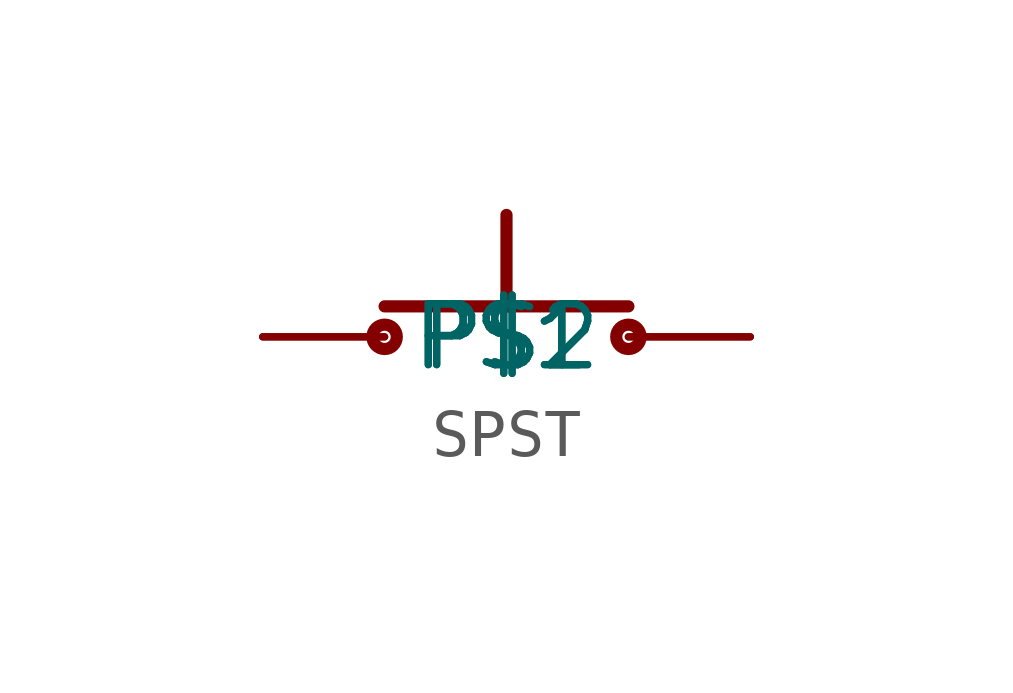
<source format=kicad_sym>
(kicad_symbol_lib
  (version 20220914)
  (generator kicad_symbol_editor)
  (symbol "SPST"
    (property "Reference" ""
      (at 0 0 0)
      (effects (font (size 1.27 1.27)) hide))
    (property "ki_locked" ""
      (at 0 0 0)
      (effects (font (size 1.27 1.27))))
    (symbol "SPST_1_0"
      (circle (center -2.54 0) (radius 0.254) (stroke (width 0.254) (type solid)) (fill (type none)))
      (polyline (pts (xy -2.54 0.635) (xy 0 0.635)) (stroke (width 0.254) (type solid)) (fill (type none)))
      (polyline (pts (xy 0 0.635) (xy 2.54 0.635)) (stroke (width 0.254) (type solid)) (fill (type none)))
      (polyline (pts (xy 0 2.54) (xy 0 0.635)) (stroke (width 0.254) (type solid)) (fill (type none)))
      (circle (center 2.54 0) (radius 0.254) (stroke (width 0.254) (type solid)) (fill (type none)))
      (pin bidirectional line (at -5.08 0 0) (length 2.54) (name "P$1" (effects (font (size 1.27 1.27)))) (number "1" (effects (font (size 0 0)))))
      (pin bidirectional line (at 5.08 0 180) (length 2.54) (name "P$2" (effects (font (size 1.27 1.27)))) (number "2" (effects (font (size 0 0)))))
      (pin bidirectional line (at -5.08 0 0) (length 2.54) (name "P$1" (effects (font (size 1.27 1.27)))) (number "3" (effects (font (size 0 0)))))
      (pin bidirectional line (at 5.08 0 180) (length 2.54) (name "P$2" (effects (font (size 1.27 1.27)))) (number "4" (effects (font (size 0 0))))))))
</source>
